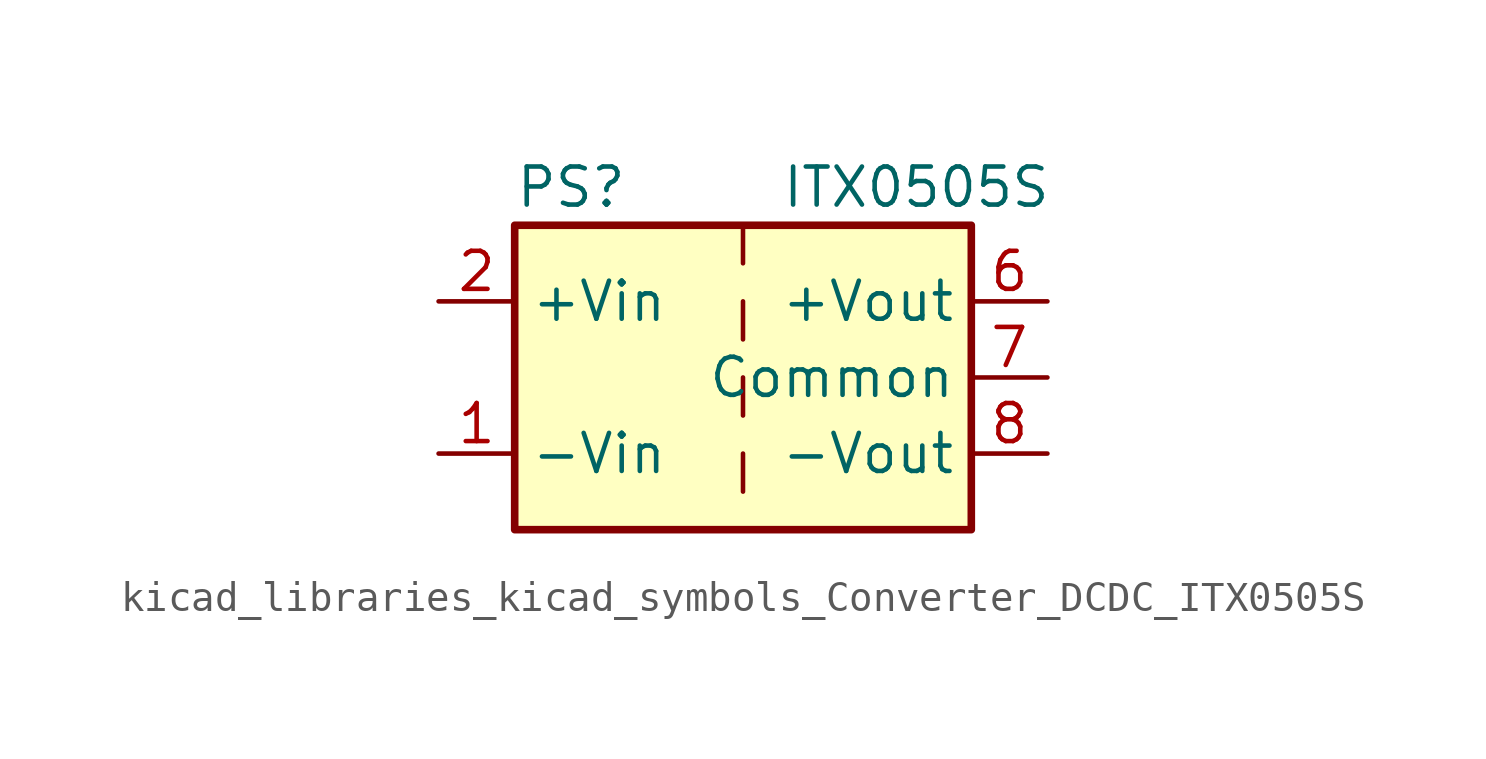
<source format=kicad_sym>
(kicad_symbol_lib
  (version 20220914)
  (generator kicad_symbol_editor)
  (symbol "kicad_libraries_kicad_symbols_Converter_DCDC_ITX0505S"
    (property "Reference" "PS"
      (at -7.62 6.35 0)
      (effects (font (size 1.27 1.27)) (justify left)))
    (property "Value" "ITX0505S"
      (at 1.27 6.35 0)
      (effects (font (size 1.27 1.27)) (justify left)))
    (symbol "kicad_libraries_kicad_symbols_Converter_DCDC_ITX0505S_0_0"
      (pin power_in line (at -10.16 -2.54 0) (length 2.54) (name "-Vin" (effects (font (size 1.27 1.27)))) (number "1" (effects (font (size 1.27 1.27)))))
      (pin power_in line (at -10.16 2.54 0) (length 2.54) (name "+Vin" (effects (font (size 1.27 1.27)))) (number "2" (effects (font (size 1.27 1.27)))))
      (pin no_connect line (at 0 -5.08 90) (length 2.54) hide (name "NC" (effects (font (size 1.27 1.27)))) (number "3" (effects (font (size 1.27 1.27)))))
      (pin no_connect line (at 0 5.08 270) (length 2.54) hide (name "NC" (effects (font (size 1.27 1.27)))) (number "5" (effects (font (size 1.27 1.27)))))
      (pin power_out line (at 10.16 2.54 180) (length 2.54) (name "+Vout" (effects (font (size 1.27 1.27)))) (number "6" (effects (font (size 1.27 1.27)))))
      (pin power_out line (at 10.16 0 180) (length 2.54) (name "Common" (effects (font (size 1.27 1.27)))) (number "7" (effects (font (size 1.27 1.27)))))
      (pin power_out line (at 10.16 -2.54 180) (length 2.54) (name "-Vout" (effects (font (size 1.27 1.27)))) (number "8" (effects (font (size 1.27 1.27))))))
    (symbol "kicad_libraries_kicad_symbols_Converter_DCDC_ITX0505S_0_1"
      (rectangle (start -7.62 5.08) (end 7.62 -5.08) (stroke (width 0.254) (type default)) (fill (type background)))
      (polyline (pts (xy 0 -2.54) (xy 0 -3.81)) (stroke (width 0) (type default)) (fill (type none)))
      (polyline (pts (xy 0 0) (xy 0 -1.27)) (stroke (width 0) (type default)) (fill (type none)))
      (polyline (pts (xy 0 2.54) (xy 0 1.27)) (stroke (width 0) (type default)) (fill (type none)))
      (polyline (pts (xy 0 5.08) (xy 0 3.81)) (stroke (width 0) (type default)) (fill (type none))))))
</source>
